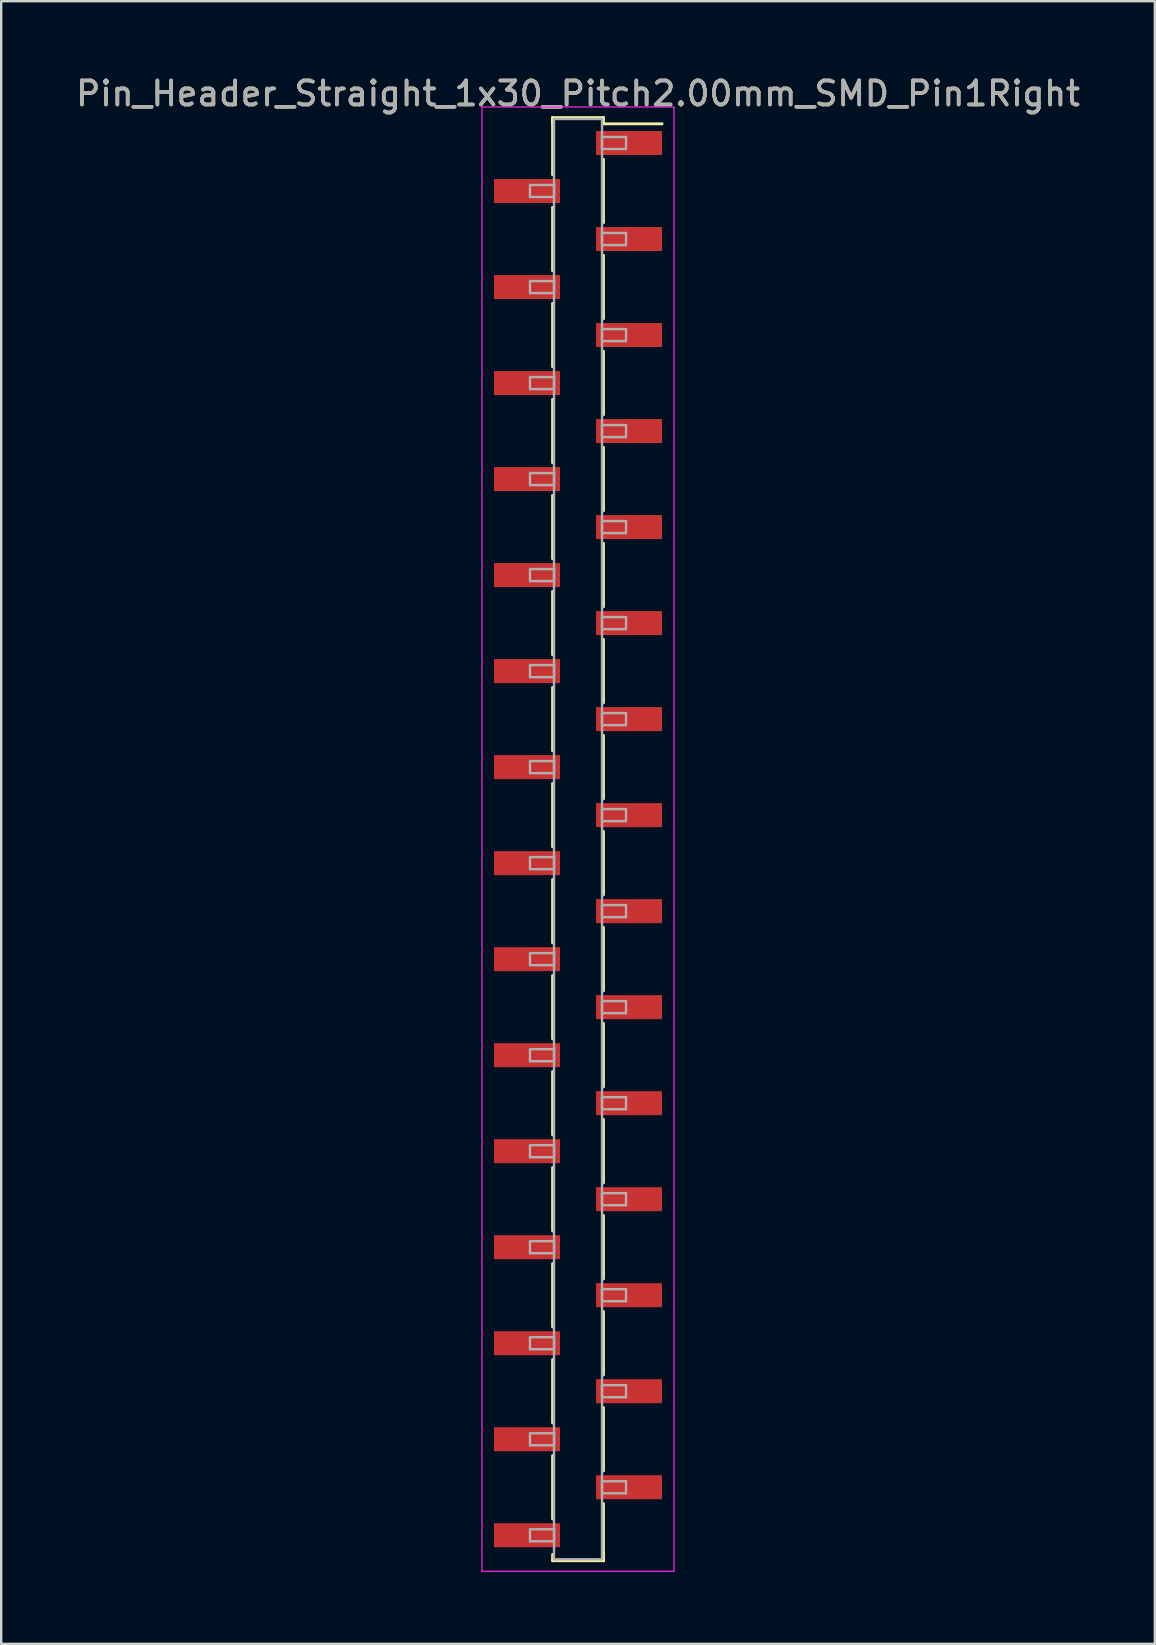
<source format=kicad_pcb>
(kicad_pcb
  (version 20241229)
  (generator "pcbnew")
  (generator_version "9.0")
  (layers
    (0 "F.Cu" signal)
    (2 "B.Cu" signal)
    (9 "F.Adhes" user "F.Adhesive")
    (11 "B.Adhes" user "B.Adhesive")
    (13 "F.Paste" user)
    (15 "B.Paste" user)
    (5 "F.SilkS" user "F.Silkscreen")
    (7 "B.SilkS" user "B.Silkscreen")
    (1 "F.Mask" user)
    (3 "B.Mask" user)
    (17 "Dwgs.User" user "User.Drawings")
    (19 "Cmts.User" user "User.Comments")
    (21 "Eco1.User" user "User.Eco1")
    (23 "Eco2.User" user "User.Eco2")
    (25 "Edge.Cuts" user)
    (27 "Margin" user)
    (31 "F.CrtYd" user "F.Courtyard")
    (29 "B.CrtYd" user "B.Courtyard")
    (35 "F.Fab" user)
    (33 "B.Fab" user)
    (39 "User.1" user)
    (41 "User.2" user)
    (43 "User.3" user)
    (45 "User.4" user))
  (footprint "Pin_Header_Straight_1x30_Pitch2.00mm_SMD_Pin1Right"
    (layer "F.Cu")
    (at 21.03 31.908)
    (property "Reference" "Pin_Header_Straight_1x30_Pitch2.00mm_SMD_Pin1Right" (at 0 -31.06 0) (layer "F.SilkS") (effects (font (size 1 1) (thickness 0.15))))
    (attr smd)
    (fp_line (start -1.06 -30.06) (end -1.06 -27.68) (stroke (width 0.12) (type solid)) (layer "F.SilkS"))
    (fp_line (start -1.06 -30.06) (end 1.06 -30.06) (stroke (width 0.12) (type solid)) (layer "F.SilkS"))
    (fp_line (start -1.06 -29.8) (end -1.06 -30.06) (stroke (width 0.12) (type solid)) (layer "F.SilkS"))
    (fp_line (start -1.06 -26.32) (end -1.06 -23.68) (stroke (width 0.12) (type solid)) (layer "F.SilkS"))
    (fp_line (start -1.06 -22.32) (end -1.06 -19.68) (stroke (width 0.12) (type solid)) (layer "F.SilkS"))
    (fp_line (start -1.06 -18.32) (end -1.06 -15.68) (stroke (width 0.12) (type solid)) (layer "F.SilkS"))
    (fp_line (start -1.06 -14.32) (end -1.06 -11.68) (stroke (width 0.12) (type solid)) (layer "F.SilkS"))
    (fp_line (start -1.06 -10.32) (end -1.06 -7.68) (stroke (width 0.12) (type solid)) (layer "F.SilkS"))
    (fp_line (start -1.06 -6.32) (end -1.06 -3.68) (stroke (width 0.12) (type solid)) (layer "F.SilkS"))
    (fp_line (start -1.06 -2.32) (end -1.06 0.32) (stroke (width 0.12) (type solid)) (layer "F.SilkS"))
    (fp_line (start -1.06 1.68) (end -1.06 4.32) (stroke (width 0.12) (type solid)) (layer "F.SilkS"))
    (fp_line (start -1.06 5.68) (end -1.06 8.32) (stroke (width 0.12) (type solid)) (layer "F.SilkS"))
    (fp_line (start -1.06 9.68) (end -1.06 12.32) (stroke (width 0.12) (type solid)) (layer "F.SilkS"))
    (fp_line (start -1.06 13.68) (end -1.06 16.32) (stroke (width 0.12) (type solid)) (layer "F.SilkS"))
    (fp_line (start -1.06 17.68) (end -1.06 20.32) (stroke (width 0.12) (type solid)) (layer "F.SilkS"))
    (fp_line (start -1.06 21.68) (end -1.06 24.32) (stroke (width 0.12) (type solid)) (layer "F.SilkS"))
    (fp_line (start -1.06 25.68) (end -1.06 28.32) (stroke (width 0.12) (type solid)) (layer "F.SilkS"))
    (fp_line (start -1.06 29.8) (end -1.06 30.06) (stroke (width 0.12) (type solid)) (layer "F.SilkS"))
    (fp_line (start -1.06 30.06) (end 1.06 30.06) (stroke (width 0.12) (type solid)) (layer "F.SilkS"))
    (fp_line (start 1.06 -30.06) (end 1.06 -29.8) (stroke (width 0.12) (type solid)) (layer "F.SilkS"))
    (fp_line (start 1.06 -29.8) (end 3.5 -29.8) (stroke (width 0.12) (type solid)) (layer "F.SilkS"))
    (fp_line (start 1.06 -28.32) (end 1.06 -25.68) (stroke (width 0.12) (type solid)) (layer "F.SilkS"))
    (fp_line (start 1.06 -24.32) (end 1.06 -21.68) (stroke (width 0.12) (type solid)) (layer "F.SilkS"))
    (fp_line (start 1.06 -20.32) (end 1.06 -17.68) (stroke (width 0.12) (type solid)) (layer "F.SilkS"))
    (fp_line (start 1.06 -16.32) (end 1.06 -13.68) (stroke (width 0.12) (type solid)) (layer "F.SilkS"))
    (fp_line (start 1.06 -12.32) (end 1.06 -9.68) (stroke (width 0.12) (type solid)) (layer "F.SilkS"))
    (fp_line (start 1.06 -8.32) (end 1.06 -5.68) (stroke (width 0.12) (type solid)) (layer "F.SilkS"))
    (fp_line (start 1.06 -4.32) (end 1.06 -1.68) (stroke (width 0.12) (type solid)) (layer "F.SilkS"))
    (fp_line (start 1.06 -0.32) (end 1.06 2.32) (stroke (width 0.12) (type solid)) (layer "F.SilkS"))
    (fp_line (start 1.06 3.68) (end 1.06 6.32) (stroke (width 0.12) (type solid)) (layer "F.SilkS"))
    (fp_line (start 1.06 7.68) (end 1.06 10.32) (stroke (width 0.12) (type solid)) (layer "F.SilkS"))
    (fp_line (start 1.06 11.68) (end 1.06 14.32) (stroke (width 0.12) (type solid)) (layer "F.SilkS"))
    (fp_line (start 1.06 15.68) (end 1.06 18.32) (stroke (width 0.12) (type solid)) (layer "F.SilkS"))
    (fp_line (start 1.06 19.68) (end 1.06 22.32) (stroke (width 0.12) (type solid)) (layer "F.SilkS"))
    (fp_line (start 1.06 23.68) (end 1.06 26.32) (stroke (width 0.12) (type solid)) (layer "F.SilkS"))
    (fp_line (start 1.06 27.68) (end 1.06 30.06) (stroke (width 0.12) (type solid)) (layer "F.SilkS"))
    (fp_line (start 1.06 30.06) (end 1.06 29.8) (stroke (width 0.12) (type solid)) (layer "F.SilkS"))
    (fp_line (start -4 -30.5) (end -4 30.5) (stroke (width 0.05) (type solid)) (layer "F.CrtYd"))
    (fp_line (start -4 30.5) (end 4 30.5) (stroke (width 0.05) (type solid)) (layer "F.CrtYd"))
    (fp_line (start 4 -30.5) (end -4 -30.5) (stroke (width 0.05) (type solid)) (layer "F.CrtYd"))
    (fp_line (start 4 30.5) (end 4 -30.5) (stroke (width 0.05) (type solid)) (layer "F.CrtYd"))
    (fp_line (start -2 -27.25) (end -1 -27.25) (stroke (width 0.1) (type solid)) (layer "F.Fab"))
    (fp_line (start -2 -26.75) (end -2 -27.25) (stroke (width 0.1) (type solid)) (layer "F.Fab"))
    (fp_line (start -2 -23.25) (end -1 -23.25) (stroke (width 0.1) (type solid)) (layer "F.Fab"))
    (fp_line (start -2 -22.75) (end -2 -23.25) (stroke (width 0.1) (type solid)) (layer "F.Fab"))
    (fp_line (start -2 -19.25) (end -1 -19.25) (stroke (width 0.1) (type solid)) (layer "F.Fab"))
    (fp_line (start -2 -18.75) (end -2 -19.25) (stroke (width 0.1) (type solid)) (layer "F.Fab"))
    (fp_line (start -2 -15.25) (end -1 -15.25) (stroke (width 0.1) (type solid)) (layer "F.Fab"))
    (fp_line (start -2 -14.75) (end -2 -15.25) (stroke (width 0.1) (type solid)) (layer "F.Fab"))
    (fp_line (start -2 -11.25) (end -1 -11.25) (stroke (width 0.1) (type solid)) (layer "F.Fab"))
    (fp_line (start -2 -10.75) (end -2 -11.25) (stroke (width 0.1) (type solid)) (layer "F.Fab"))
    (fp_line (start -2 -7.25) (end -1 -7.25) (stroke (width 0.1) (type solid)) (layer "F.Fab"))
    (fp_line (start -2 -6.75) (end -2 -7.25) (stroke (width 0.1) (type solid)) (layer "F.Fab"))
    (fp_line (start -2 -3.25) (end -1 -3.25) (stroke (width 0.1) (type solid)) (layer "F.Fab"))
    (fp_line (start -2 -2.75) (end -2 -3.25) (stroke (width 0.1) (type solid)) (layer "F.Fab"))
    (fp_line (start -2 0.75) (end -1 0.75) (stroke (width 0.1) (type solid)) (layer "F.Fab"))
    (fp_line (start -2 1.25) (end -2 0.75) (stroke (width 0.1) (type solid)) (layer "F.Fab"))
    (fp_line (start -2 4.75) (end -1 4.75) (stroke (width 0.1) (type solid)) (layer "F.Fab"))
    (fp_line (start -2 5.25) (end -2 4.75) (stroke (width 0.1) (type solid)) (layer "F.Fab"))
    (fp_line (start -2 8.75) (end -1 8.75) (stroke (width 0.1) (type solid)) (layer "F.Fab"))
    (fp_line (start -2 9.25) (end -2 8.75) (stroke (width 0.1) (type solid)) (layer "F.Fab"))
    (fp_line (start -2 12.75) (end -1 12.75) (stroke (width 0.1) (type solid)) (layer "F.Fab"))
    (fp_line (start -2 13.25) (end -2 12.75) (stroke (width 0.1) (type solid)) (layer "F.Fab"))
    (fp_line (start -2 16.75) (end -1 16.75) (stroke (width 0.1) (type solid)) (layer "F.Fab"))
    (fp_line (start -2 17.25) (end -2 16.75) (stroke (width 0.1) (type solid)) (layer "F.Fab"))
    (fp_line (start -2 20.75) (end -1 20.75) (stroke (width 0.1) (type solid)) (layer "F.Fab"))
    (fp_line (start -2 21.25) (end -2 20.75) (stroke (width 0.1) (type solid)) (layer "F.Fab"))
    (fp_line (start -2 24.75) (end -1 24.75) (stroke (width 0.1) (type solid)) (layer "F.Fab"))
    (fp_line (start -2 25.25) (end -2 24.75) (stroke (width 0.1) (type solid)) (layer "F.Fab"))
    (fp_line (start -2 28.75) (end -1 28.75) (stroke (width 0.1) (type solid)) (layer "F.Fab"))
    (fp_line (start -2 29.25) (end -2 28.75) (stroke (width 0.1) (type solid)) (layer "F.Fab"))
    (fp_line (start -1 -30) (end -1 30) (stroke (width 0.1) (type solid)) (layer "F.Fab"))
    (fp_line (start -1 -27.25) (end -1 -26.75) (stroke (width 0.1) (type solid)) (layer "F.Fab"))
    (fp_line (start -1 -26.75) (end -2 -26.75) (stroke (width 0.1) (type solid)) (layer "F.Fab"))
    (fp_line (start -1 -23.25) (end -1 -22.75) (stroke (width 0.1) (type solid)) (layer "F.Fab"))
    (fp_line (start -1 -22.75) (end -2 -22.75) (stroke (width 0.1) (type solid)) (layer "F.Fab"))
    (fp_line (start -1 -19.25) (end -1 -18.75) (stroke (width 0.1) (type solid)) (layer "F.Fab"))
    (fp_line (start -1 -18.75) (end -2 -18.75) (stroke (width 0.1) (type solid)) (layer "F.Fab"))
    (fp_line (start -1 -15.25) (end -1 -14.75) (stroke (width 0.1) (type solid)) (layer "F.Fab"))
    (fp_line (start -1 -14.75) (end -2 -14.75) (stroke (width 0.1) (type solid)) (layer "F.Fab"))
    (fp_line (start -1 -11.25) (end -1 -10.75) (stroke (width 0.1) (type solid)) (layer "F.Fab"))
    (fp_line (start -1 -10.75) (end -2 -10.75) (stroke (width 0.1) (type solid)) (layer "F.Fab"))
    (fp_line (start -1 -7.25) (end -1 -6.75) (stroke (width 0.1) (type solid)) (layer "F.Fab"))
    (fp_line (start -1 -6.75) (end -2 -6.75) (stroke (width 0.1) (type solid)) (layer "F.Fab"))
    (fp_line (start -1 -3.25) (end -1 -2.75) (stroke (width 0.1) (type solid)) (layer "F.Fab"))
    (fp_line (start -1 -2.75) (end -2 -2.75) (stroke (width 0.1) (type solid)) (layer "F.Fab"))
    (fp_line (start -1 0.75) (end -1 1.25) (stroke (width 0.1) (type solid)) (layer "F.Fab"))
    (fp_line (start -1 1.25) (end -2 1.25) (stroke (width 0.1) (type solid)) (layer "F.Fab"))
    (fp_line (start -1 4.75) (end -1 5.25) (stroke (width 0.1) (type solid)) (layer "F.Fab"))
    (fp_line (start -1 5.25) (end -2 5.25) (stroke (width 0.1) (type solid)) (layer "F.Fab"))
    (fp_line (start -1 8.75) (end -1 9.25) (stroke (width 0.1) (type solid)) (layer "F.Fab"))
    (fp_line (start -1 9.25) (end -2 9.25) (stroke (width 0.1) (type solid)) (layer "F.Fab"))
    (fp_line (start -1 12.75) (end -1 13.25) (stroke (width 0.1) (type solid)) (layer "F.Fab"))
    (fp_line (start -1 13.25) (end -2 13.25) (stroke (width 0.1) (type solid)) (layer "F.Fab"))
    (fp_line (start -1 16.75) (end -1 17.25) (stroke (width 0.1) (type solid)) (layer "F.Fab"))
    (fp_line (start -1 17.25) (end -2 17.25) (stroke (width 0.1) (type solid)) (layer "F.Fab"))
    (fp_line (start -1 20.75) (end -1 21.25) (stroke (width 0.1) (type solid)) (layer "F.Fab"))
    (fp_line (start -1 21.25) (end -2 21.25) (stroke (width 0.1) (type solid)) (layer "F.Fab"))
    (fp_line (start -1 24.75) (end -1 25.25) (stroke (width 0.1) (type solid)) (layer "F.Fab"))
    (fp_line (start -1 25.25) (end -2 25.25) (stroke (width 0.1) (type solid)) (layer "F.Fab"))
    (fp_line (start -1 28.75) (end -1 29.25) (stroke (width 0.1) (type solid)) (layer "F.Fab"))
    (fp_line (start -1 29.25) (end -2 29.25) (stroke (width 0.1) (type solid)) (layer "F.Fab"))
    (fp_line (start -1 30) (end 1 30) (stroke (width 0.1) (type solid)) (layer "F.Fab"))
    (fp_line (start 1 -30) (end -1 -30) (stroke (width 0.1) (type solid)) (layer "F.Fab"))
    (fp_line (start 1 -29.25) (end 1 -28.75) (stroke (width 0.1) (type solid)) (layer "F.Fab"))
    (fp_line (start 1 -28.75) (end 2 -28.75) (stroke (width 0.1) (type solid)) (layer "F.Fab"))
    (fp_line (start 1 -25.25) (end 1 -24.75) (stroke (width 0.1) (type solid)) (layer "F.Fab"))
    (fp_line (start 1 -24.75) (end 2 -24.75) (stroke (width 0.1) (type solid)) (layer "F.Fab"))
    (fp_line (start 1 -21.25) (end 1 -20.75) (stroke (width 0.1) (type solid)) (layer "F.Fab"))
    (fp_line (start 1 -20.75) (end 2 -20.75) (stroke (width 0.1) (type solid)) (layer "F.Fab"))
    (fp_line (start 1 -17.25) (end 1 -16.75) (stroke (width 0.1) (type solid)) (layer "F.Fab"))
    (fp_line (start 1 -16.75) (end 2 -16.75) (stroke (width 0.1) (type solid)) (layer "F.Fab"))
    (fp_line (start 1 -13.25) (end 1 -12.75) (stroke (width 0.1) (type solid)) (layer "F.Fab"))
    (fp_line (start 1 -12.75) (end 2 -12.75) (stroke (width 0.1) (type solid)) (layer "F.Fab"))
    (fp_line (start 1 -9.25) (end 1 -8.75) (stroke (width 0.1) (type solid)) (layer "F.Fab"))
    (fp_line (start 1 -8.75) (end 2 -8.75) (stroke (width 0.1) (type solid)) (layer "F.Fab"))
    (fp_line (start 1 -5.25) (end 1 -4.75) (stroke (width 0.1) (type solid)) (layer "F.Fab"))
    (fp_line (start 1 -4.75) (end 2 -4.75) (stroke (width 0.1) (type solid)) (layer "F.Fab"))
    (fp_line (start 1 -1.25) (end 1 -0.75) (stroke (width 0.1) (type solid)) (layer "F.Fab"))
    (fp_line (start 1 -0.75) (end 2 -0.75) (stroke (width 0.1) (type solid)) (layer "F.Fab"))
    (fp_line (start 1 2.75) (end 1 3.25) (stroke (width 0.1) (type solid)) (layer "F.Fab"))
    (fp_line (start 1 3.25) (end 2 3.25) (stroke (width 0.1) (type solid)) (layer "F.Fab"))
    (fp_line (start 1 6.75) (end 1 7.25) (stroke (width 0.1) (type solid)) (layer "F.Fab"))
    (fp_line (start 1 7.25) (end 2 7.25) (stroke (width 0.1) (type solid)) (layer "F.Fab"))
    (fp_line (start 1 10.75) (end 1 11.25) (stroke (width 0.1) (type solid)) (layer "F.Fab"))
    (fp_line (start 1 11.25) (end 2 11.25) (stroke (width 0.1) (type solid)) (layer "F.Fab"))
    (fp_line (start 1 14.75) (end 1 15.25) (stroke (width 0.1) (type solid)) (layer "F.Fab"))
    (fp_line (start 1 15.25) (end 2 15.25) (stroke (width 0.1) (type solid)) (layer "F.Fab"))
    (fp_line (start 1 18.75) (end 1 19.25) (stroke (width 0.1) (type solid)) (layer "F.Fab"))
    (fp_line (start 1 19.25) (end 2 19.25) (stroke (width 0.1) (type solid)) (layer "F.Fab"))
    (fp_line (start 1 22.75) (end 1 23.25) (stroke (width 0.1) (type solid)) (layer "F.Fab"))
    (fp_line (start 1 23.25) (end 2 23.25) (stroke (width 0.1) (type solid)) (layer "F.Fab"))
    (fp_line (start 1 26.75) (end 1 27.25) (stroke (width 0.1) (type solid)) (layer "F.Fab"))
    (fp_line (start 1 27.25) (end 2 27.25) (stroke (width 0.1) (type solid)) (layer "F.Fab"))
    (fp_line (start 1 30) (end 1 -30) (stroke (width 0.1) (type solid)) (layer "F.Fab"))
    (fp_line (start 2 -29.25) (end 1 -29.25) (stroke (width 0.1) (type solid)) (layer "F.Fab"))
    (fp_line (start 2 -28.75) (end 2 -29.25) (stroke (width 0.1) (type solid)) (layer "F.Fab"))
    (fp_line (start 2 -25.25) (end 1 -25.25) (stroke (width 0.1) (type solid)) (layer "F.Fab"))
    (fp_line (start 2 -24.75) (end 2 -25.25) (stroke (width 0.1) (type solid)) (layer "F.Fab"))
    (fp_line (start 2 -21.25) (end 1 -21.25) (stroke (width 0.1) (type solid)) (layer "F.Fab"))
    (fp_line (start 2 -20.75) (end 2 -21.25) (stroke (width 0.1) (type solid)) (layer "F.Fab"))
    (fp_line (start 2 -17.25) (end 1 -17.25) (stroke (width 0.1) (type solid)) (layer "F.Fab"))
    (fp_line (start 2 -16.75) (end 2 -17.25) (stroke (width 0.1) (type solid)) (layer "F.Fab"))
    (fp_line (start 2 -13.25) (end 1 -13.25) (stroke (width 0.1) (type solid)) (layer "F.Fab"))
    (fp_line (start 2 -12.75) (end 2 -13.25) (stroke (width 0.1) (type solid)) (layer "F.Fab"))
    (fp_line (start 2 -9.25) (end 1 -9.25) (stroke (width 0.1) (type solid)) (layer "F.Fab"))
    (fp_line (start 2 -8.75) (end 2 -9.25) (stroke (width 0.1) (type solid)) (layer "F.Fab"))
    (fp_line (start 2 -5.25) (end 1 -5.25) (stroke (width 0.1) (type solid)) (layer "F.Fab"))
    (fp_line (start 2 -4.75) (end 2 -5.25) (stroke (width 0.1) (type solid)) (layer "F.Fab"))
    (fp_line (start 2 -1.25) (end 1 -1.25) (stroke (width 0.1) (type solid)) (layer "F.Fab"))
    (fp_line (start 2 -0.75) (end 2 -1.25) (stroke (width 0.1) (type solid)) (layer "F.Fab"))
    (fp_line (start 2 2.75) (end 1 2.75) (stroke (width 0.1) (type solid)) (layer "F.Fab"))
    (fp_line (start 2 3.25) (end 2 2.75) (stroke (width 0.1) (type solid)) (layer "F.Fab"))
    (fp_line (start 2 6.75) (end 1 6.75) (stroke (width 0.1) (type solid)) (layer "F.Fab"))
    (fp_line (start 2 7.25) (end 2 6.75) (stroke (width 0.1) (type solid)) (layer "F.Fab"))
    (fp_line (start 2 10.75) (end 1 10.75) (stroke (width 0.1) (type solid)) (layer "F.Fab"))
    (fp_line (start 2 11.25) (end 2 10.75) (stroke (width 0.1) (type solid)) (layer "F.Fab"))
    (fp_line (start 2 14.75) (end 1 14.75) (stroke (width 0.1) (type solid)) (layer "F.Fab"))
    (fp_line (start 2 15.25) (end 2 14.75) (stroke (width 0.1) (type solid)) (layer "F.Fab"))
    (fp_line (start 2 18.75) (end 1 18.75) (stroke (width 0.1) (type solid)) (layer "F.Fab"))
    (fp_line (start 2 19.25) (end 2 18.75) (stroke (width 0.1) (type solid)) (layer "F.Fab"))
    (fp_line (start 2 22.75) (end 1 22.75) (stroke (width 0.1) (type solid)) (layer "F.Fab"))
    (fp_line (start 2 23.25) (end 2 22.75) (stroke (width 0.1) (type solid)) (layer "F.Fab"))
    (fp_line (start 2 26.75) (end 1 26.75) (stroke (width 0.1) (type solid)) (layer "F.Fab"))
    (fp_line (start 2 27.25) (end 2 26.75) (stroke (width 0.1) (type solid)) (layer "F.Fab"))
    (fp_text user "${REFERENCE}" (at 0 -31.06 0) (layer "F.Fab") (effects (font (size 1 1) (thickness 0.15))))
    (pad "1" smd rect (at 2.125 -29) (size 2.75 1) (layers "F.Cu" "F.Mask" "F.Paste"))
    (pad "2" smd rect (at -2.125 -27) (size 2.75 1) (layers "F.Cu" "F.Mask" "F.Paste"))
    (pad "3" smd rect (at 2.125 -25) (size 2.75 1) (layers "F.Cu" "F.Mask" "F.Paste"))
    (pad "4" smd rect (at -2.125 -23) (size 2.75 1) (layers "F.Cu" "F.Mask" "F.Paste"))
    (pad "5" smd rect (at 2.125 -21) (size 2.75 1) (layers "F.Cu" "F.Mask" "F.Paste"))
    (pad "6" smd rect (at -2.125 -19) (size 2.75 1) (layers "F.Cu" "F.Mask" "F.Paste"))
    (pad "7" smd rect (at 2.125 -17) (size 2.75 1) (layers "F.Cu" "F.Mask" "F.Paste"))
    (pad "8" smd rect (at -2.125 -15) (size 2.75 1) (layers "F.Cu" "F.Mask" "F.Paste"))
    (pad "9" smd rect (at 2.125 -13) (size 2.75 1) (layers "F.Cu" "F.Mask" "F.Paste"))
    (pad "10" smd rect (at -2.125 -11) (size 2.75 1) (layers "F.Cu" "F.Mask" "F.Paste"))
    (pad "11" smd rect (at 2.125 -9) (size 2.75 1) (layers "F.Cu" "F.Mask" "F.Paste"))
    (pad "12" smd rect (at -2.125 -7) (size 2.75 1) (layers "F.Cu" "F.Mask" "F.Paste"))
    (pad "13" smd rect (at 2.125 -5) (size 2.75 1) (layers "F.Cu" "F.Mask" "F.Paste"))
    (pad "14" smd rect (at -2.125 -3) (size 2.75 1) (layers "F.Cu" "F.Mask" "F.Paste"))
    (pad "15" smd rect (at 2.125 -1) (size 2.75 1) (layers "F.Cu" "F.Mask" "F.Paste"))
    (pad "16" smd rect (at -2.125 1) (size 2.75 1) (layers "F.Cu" "F.Mask" "F.Paste"))
    (pad "17" smd rect (at 2.125 3) (size 2.75 1) (layers "F.Cu" "F.Mask" "F.Paste"))
    (pad "18" smd rect (at -2.125 5) (size 2.75 1) (layers "F.Cu" "F.Mask" "F.Paste"))
    (pad "19" smd rect (at 2.125 7) (size 2.75 1) (layers "F.Cu" "F.Mask" "F.Paste"))
    (pad "20" smd rect (at -2.125 9) (size 2.75 1) (layers "F.Cu" "F.Mask" "F.Paste"))
    (pad "21" smd rect (at 2.125 11) (size 2.75 1) (layers "F.Cu" "F.Mask" "F.Paste"))
    (pad "22" smd rect (at -2.125 13) (size 2.75 1) (layers "F.Cu" "F.Mask" "F.Paste"))
    (pad "23" smd rect (at 2.125 15) (size 2.75 1) (layers "F.Cu" "F.Mask" "F.Paste"))
    (pad "24" smd rect (at -2.125 17) (size 2.75 1) (layers "F.Cu" "F.Mask" "F.Paste"))
    (pad "25" smd rect (at 2.125 19) (size 2.75 1) (layers "F.Cu" "F.Mask" "F.Paste"))
    (pad "26" smd rect (at -2.125 21) (size 2.75 1) (layers "F.Cu" "F.Mask" "F.Paste"))
    (pad "27" smd rect (at 2.125 23) (size 2.75 1) (layers "F.Cu" "F.Mask" "F.Paste"))
    (pad "28" smd rect (at -2.125 25) (size 2.75 1) (layers "F.Cu" "F.Mask" "F.Paste"))
    (pad "29" smd rect (at 2.125 27) (size 2.75 1) (layers "F.Cu" "F.Mask" "F.Paste"))
    (pad "30" smd rect (at -2.125 29) (size 2.75 1) (layers "F.Cu" "F.Mask" "F.Paste")))
  (gr_rect
    (start -3 -3)
    (end 45.06 65.433)
    (stroke (width 0.1) (type default))
    (fill no)
    (layer "Edge.Cuts")))
</source>
